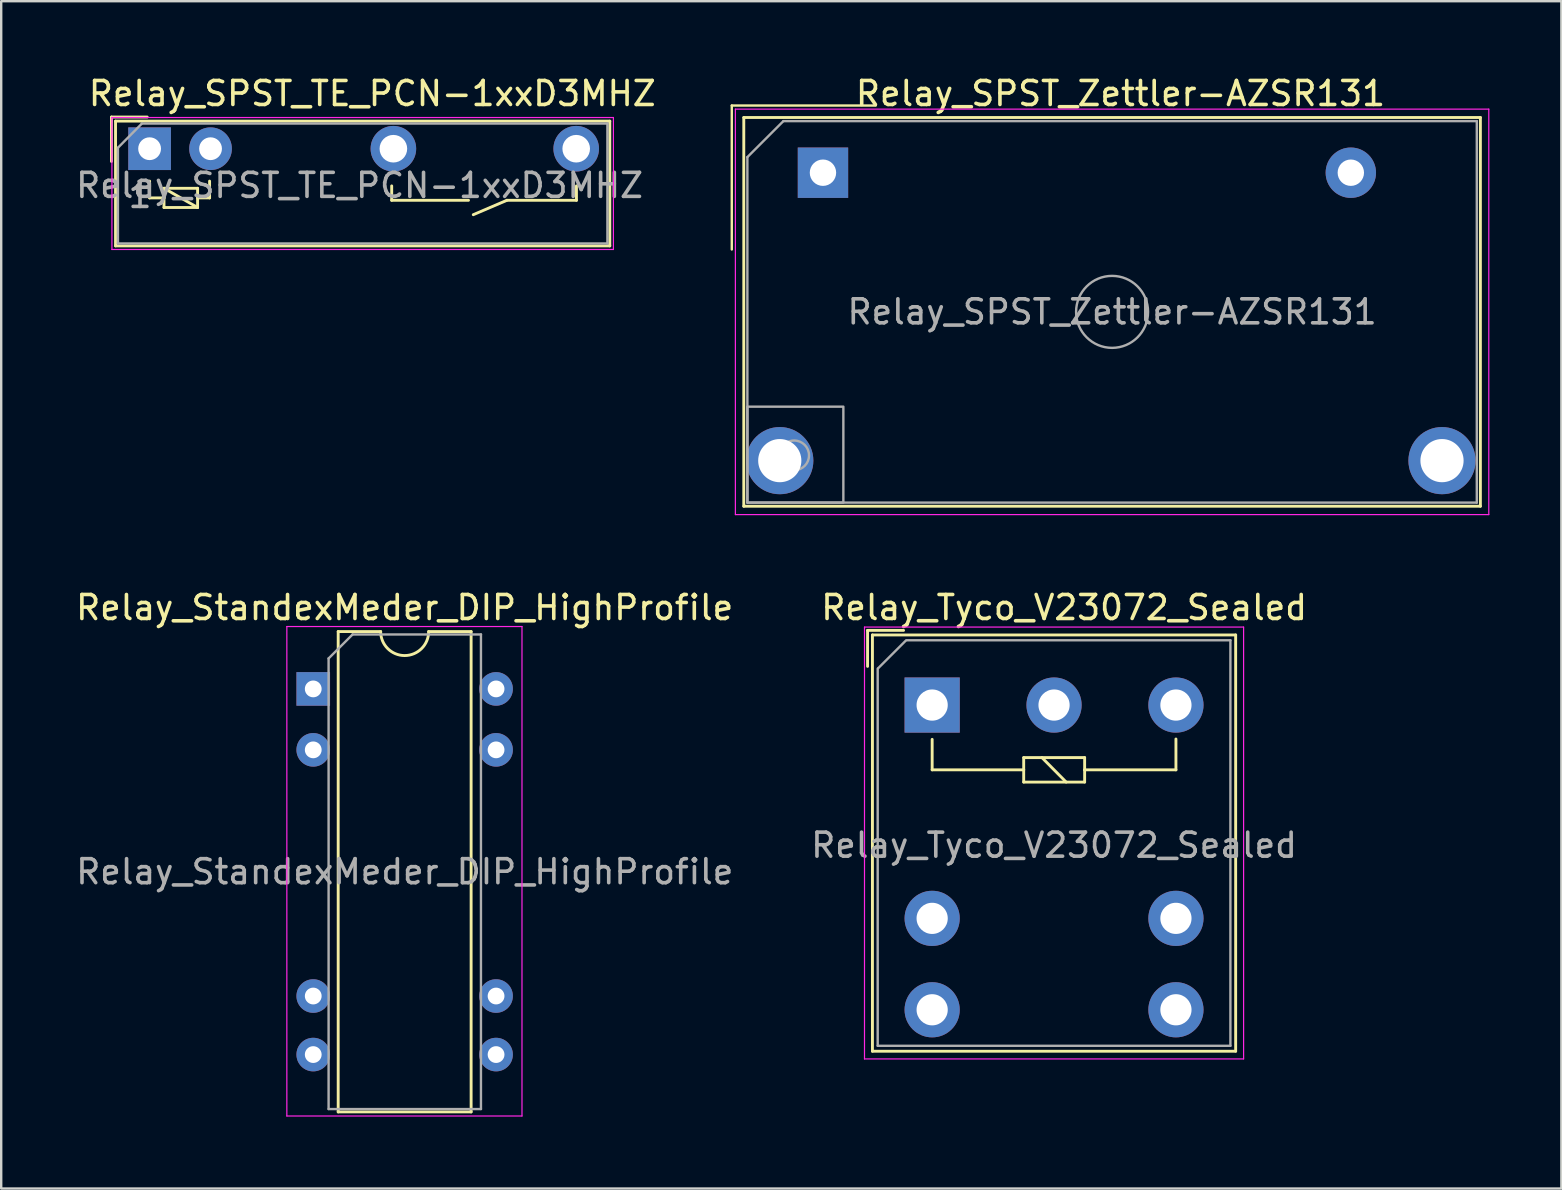
<source format=kicad_pcb>
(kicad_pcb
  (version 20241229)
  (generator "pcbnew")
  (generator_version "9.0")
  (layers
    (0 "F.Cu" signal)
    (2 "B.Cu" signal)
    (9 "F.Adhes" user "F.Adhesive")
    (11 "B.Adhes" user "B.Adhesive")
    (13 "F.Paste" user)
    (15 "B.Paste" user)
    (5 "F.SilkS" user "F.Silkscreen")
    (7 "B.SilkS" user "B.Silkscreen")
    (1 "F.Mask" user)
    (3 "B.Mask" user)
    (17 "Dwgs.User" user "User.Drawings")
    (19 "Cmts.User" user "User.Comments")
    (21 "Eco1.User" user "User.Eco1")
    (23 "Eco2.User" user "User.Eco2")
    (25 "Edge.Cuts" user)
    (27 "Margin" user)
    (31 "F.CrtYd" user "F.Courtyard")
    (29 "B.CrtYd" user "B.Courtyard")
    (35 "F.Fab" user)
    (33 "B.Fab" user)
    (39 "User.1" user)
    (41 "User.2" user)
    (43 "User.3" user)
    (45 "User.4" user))
  (footprint "Relay_StandexMeder_DIP_HighProfile"
    (layer "F.Cu")
    (at 10.005 25.662)
    (property "Reference" "Relay_StandexMeder_DIP_HighProfile" (at 3.81 -3.39 0) (layer "F.SilkS") (effects (font (size 1 1) (thickness 0.15))))
    (attr through_hole)
    (fp_line (start 1.04 -2.39) (end 1.04 17.63) (stroke (width 0.12) (type solid)) (layer "F.SilkS"))
    (fp_line (start 1.04 17.63) (end 6.58 17.63) (stroke (width 0.12) (type solid)) (layer "F.SilkS"))
    (fp_line (start 2.81 -2.39) (end 1.04 -2.39) (stroke (width 0.12) (type solid)) (layer "F.SilkS"))
    (fp_line (start 6.58 -2.39) (end 4.81 -2.39) (stroke (width 0.12) (type solid)) (layer "F.SilkS"))
    (fp_line (start 6.58 17.63) (end 6.58 -2.39) (stroke (width 0.12) (type solid)) (layer "F.SilkS"))
    (fp_arc (start 4.81 -2.39) (mid 3.81 -1.39) (end 2.81 -2.39) (stroke (width 0.12) (type solid)) (layer "F.SilkS"))
    (fp_line (start -1.1 -2.6) (end -1.1 17.8) (stroke (width 0.05) (type solid)) (layer "F.CrtYd"))
    (fp_line (start -1.1 17.8) (end 8.7 17.8) (stroke (width 0.05) (type solid)) (layer "F.CrtYd"))
    (fp_line (start 8.7 -2.6) (end -1.1 -2.6) (stroke (width 0.05) (type solid)) (layer "F.CrtYd"))
    (fp_line (start 8.7 17.8) (end 8.7 -2.6) (stroke (width 0.05) (type solid)) (layer "F.CrtYd"))
    (fp_line (start 0.64 -1.27) (end 1.64 -2.27) (stroke (width 0.1) (type solid)) (layer "F.Fab"))
    (fp_line (start 0.64 17.51) (end 0.64 -1.27) (stroke (width 0.1) (type solid)) (layer "F.Fab"))
    (fp_line (start 1.64 -2.27) (end 6.99 -2.27) (stroke (width 0.1) (type solid)) (layer "F.Fab"))
    (fp_line (start 6.99 -2.27) (end 6.99 17.51) (stroke (width 0.1) (type solid)) (layer "F.Fab"))
    (fp_line (start 6.99 17.51) (end 0.64 17.51) (stroke (width 0.1) (type solid)) (layer "F.Fab"))
    (fp_text user "${REFERENCE}" (at 3.815 7.62 0) (layer "F.Fab") (effects (font (size 1 1) (thickness 0.15))))
    (pad "1" thru_hole rect (at 0 0) (size 1.4 1.4) (drill 0.7) (layers "*.Cu" "*.Mask"))
    (pad "2" thru_hole circle (at 0 2.54) (size 1.4 1.4) (drill 0.7) (layers "*.Cu" "*.Mask"))
    (pad "6" thru_hole circle (at 0 12.8) (size 1.4 1.4) (drill 0.7) (layers "*.Cu" "*.Mask"))
    (pad "7" thru_hole circle (at 0 15.24) (size 1.4 1.4) (drill 0.7) (layers "*.Cu" "*.Mask"))
    (pad "8" thru_hole circle (at 7.62 15.24) (size 1.4 1.4) (drill 0.7) (layers "*.Cu" "*.Mask"))
    (pad "9" thru_hole circle (at 7.62 12.8) (size 1.4 1.4) (drill 0.7) (layers "*.Cu" "*.Mask"))
    (pad "13" thru_hole circle (at 7.62 2.54) (size 1.4 1.4) (drill 0.7) (layers "*.Cu" "*.Mask"))
    (pad "14" thru_hole circle (at 7.62 0) (size 1.4 1.4) (drill 0.7) (layers "*.Cu" "*.Mask")))
  (footprint "Relay_SPST_Zettler-AZSR131"
    (layer "F.Cu")
    (at 31.249 4.148)
    (property "Reference" "Relay_SPST_Zettler-AZSR131" (at 12.4 -3.3 180) (layer "F.SilkS") (effects (font (size 1 1) (thickness 0.15))))
    (attr through_hole)
    (fp_line (start -3.8 -2.8) (end -3.8 3.2) (stroke (width 0.1) (type default)) (layer "F.SilkS"))
    (fp_line (start -3.3 -2.3) (end 27.4 -2.3) (stroke (width 0.12) (type default)) (layer "F.SilkS"))
    (fp_line (start -3.3 13.9) (end -3.3 -2.3) (stroke (width 0.12) (type default)) (layer "F.SilkS"))
    (fp_line (start 2.2 -2.8) (end -3.8 -2.8) (stroke (width 0.1) (type default)) (layer "F.SilkS"))
    (fp_line (start 27.4 -2.3) (end 27.4 13.9) (stroke (width 0.12) (type default)) (layer "F.SilkS"))
    (fp_line (start 27.4 13.9) (end -3.3 13.9) (stroke (width 0.12) (type default)) (layer "F.SilkS"))
    (fp_line (start -3.65 14.25) (end -3.65 -2.65) (stroke (width 0.05) (type solid)) (layer "F.CrtYd"))
    (fp_line (start -3.65 14.25) (end 27.75 14.25) (stroke (width 0.05) (type solid)) (layer "F.CrtYd"))
    (fp_line (start 27.75 -2.65) (end -3.65 -2.65) (stroke (width 0.05) (type solid)) (layer "F.CrtYd"))
    (fp_line (start 27.75 14.25) (end 27.75 -2.65) (stroke (width 0.05) (type solid)) (layer "F.CrtYd"))
    (fp_line (start -3.15 13.75) (end -3.15 -0.65) (stroke (width 0.1) (type solid)) (layer "F.Fab"))
    (fp_line (start -3.15 13.75) (end 27.25 13.75) (stroke (width 0.1) (type solid)) (layer "F.Fab"))
    (fp_line (start -1.65 -2.15) (end -3.15 -0.65) (stroke (width 0.1) (type default)) (layer "F.Fab"))
    (fp_line (start 27.25 -2.15) (end -1.65 -2.15) (stroke (width 0.1) (type solid)) (layer "F.Fab"))
    (fp_line (start 27.25 13.75) (end 27.25 -2.15) (stroke (width 0.1) (type solid)) (layer "F.Fab"))
    (fp_rect (start -3.15 13.75) (end 0.85 9.75) (stroke (width 0.1) (type solid)) (fill no) (layer "F.Fab"))
    (fp_circle (center -1.2 11.781) (end -1.2 12.4) (stroke (width 0.1) (type solid)) (fill no) (layer "F.Fab"))
    (fp_circle (center 12.05 5.8) (end 12.05 7.3) (stroke (width 0.1) (type solid)) (fill no) (layer "F.Fab"))
    (fp_text user "${REFERENCE}" (at 12.05 5.8 180) (layer "F.Fab") (effects (font (size 1 1) (thickness 0.15))))
    (pad "13" thru_hole circle (at 25.8 12 180) (size 2.8 2.8) (drill 1.8) (layers "*.Cu" "*.Mask"))
    (pad "14" thru_hole circle (at -1.8 12 180) (size 2.8 2.8) (drill 1.8) (layers "*.Cu" "*.Mask"))
    (pad "A1" thru_hole rect (at 0 0 180) (size 2.1 2.1) (drill 1.1) (layers "*.Cu" "*.Mask"))
    (pad "A2" thru_hole circle (at 22 0 180) (size 2.1 2.1) (drill 1.1) (layers "*.Cu" "*.Mask")))
  (footprint "Relay_SPST_TE_PCN-1xxD3MHZ"
    (layer "F.Cu")
    (at 3.185 3.148)
    (property "Reference" "Relay_SPST_TE_PCN-1xxD3MHZ" (at 9.28 -2.3 180) (layer "F.SilkS") (effects (font (size 1 1) (thickness 0.15))))
    (attr through_hole)
    (fp_line (start -1.59 -1.32) (end -0.1 -1.32) (stroke (width 0.12) (type solid)) (layer "F.SilkS"))
    (fp_line (start -1.59 0.53) (end -1.59 -1.32) (stroke (width 0.12) (type solid)) (layer "F.SilkS"))
    (fp_line (start -1.42 -1.15) (end -1.42 4.05) (stroke (width 0.12) (type solid)) (layer "F.SilkS"))
    (fp_line (start -1.42 4.05) (end 19.18 4.05) (stroke (width 0.12) (type solid)) (layer "F.SilkS"))
    (fp_line (start 0 1.35) (end 0 2.05) (stroke (width 0.12) (type solid)) (layer "F.SilkS"))
    (fp_line (start 0 2.05) (end 0.6 2.05) (stroke (width 0.12) (type solid)) (layer "F.SilkS"))
    (fp_line (start 0.6 1.65) (end 2 1.65) (stroke (width 0.12) (type solid)) (layer "F.SilkS"))
    (fp_line (start 0.6 1.65) (end 2 2.45) (stroke (width 0.12) (type solid)) (layer "F.SilkS"))
    (fp_line (start 0.6 2.05) (end 0.6 1.65) (stroke (width 0.12) (type solid)) (layer "F.SilkS"))
    (fp_line (start 0.6 2.45) (end 0.6 2.05) (stroke (width 0.12) (type solid)) (layer "F.SilkS"))
    (fp_line (start 2 1.65) (end 2 2.45) (stroke (width 0.12) (type solid)) (layer "F.SilkS"))
    (fp_line (start 2 2.05) (end 2.5 2.05) (stroke (width 0.12) (type solid)) (layer "F.SilkS"))
    (fp_line (start 2 2.45) (end 0.6 2.45) (stroke (width 0.12) (type solid)) (layer "F.SilkS"))
    (fp_line (start 2.5 2.05) (end 2.5 1.35) (stroke (width 0.12) (type solid)) (layer "F.SilkS"))
    (fp_line (start 10.09 2.15) (end 10.09 1.55) (stroke (width 0.12) (type solid)) (layer "F.SilkS"))
    (fp_line (start 13.29 2.15) (end 10.09 2.15) (stroke (width 0.12) (type solid)) (layer "F.SilkS"))
    (fp_line (start 14.89 2.15) (end 13.49 2.75) (stroke (width 0.12) (type solid)) (layer "F.SilkS"))
    (fp_line (start 17.79 1.55) (end 17.79 2.15) (stroke (width 0.12) (type solid)) (layer "F.SilkS"))
    (fp_line (start 17.79 2.15) (end 14.89 2.15) (stroke (width 0.12) (type solid)) (layer "F.SilkS"))
    (fp_line (start 19.18 -1.15) (end -1.42 -1.15) (stroke (width 0.12) (type solid)) (layer "F.SilkS"))
    (fp_line (start 19.18 4.05) (end 19.18 -1.15) (stroke (width 0.12) (type solid)) (layer "F.SilkS"))
    (fp_line (start -1.57 -1.3) (end -1.57 4.2) (stroke (width 0.05) (type solid)) (layer "F.CrtYd"))
    (fp_line (start -1.57 4.2) (end 19.33 4.2) (stroke (width 0.05) (type solid)) (layer "F.CrtYd"))
    (fp_line (start 19.33 -1.3) (end -1.57 -1.3) (stroke (width 0.05) (type solid)) (layer "F.CrtYd"))
    (fp_line (start 19.33 4.2) (end 19.33 -1.3) (stroke (width 0.05) (type solid)) (layer "F.CrtYd"))
    (fp_line (start -1.32 3.95) (end -1.32 -0.04) (stroke (width 0.1) (type solid)) (layer "F.Fab"))
    (fp_line (start -0.32 -1.05) (end -1.32 -0.04) (stroke (width 0.1) (type solid)) (layer "F.Fab"))
    (fp_line (start -0.32 -1.05) (end 19.08 -1.05) (stroke (width 0.1) (type solid)) (layer "F.Fab"))
    (fp_line (start 19.08 -1.05) (end 19.08 3.95) (stroke (width 0.1) (type solid)) (layer "F.Fab"))
    (fp_line (start 19.08 3.95) (end -1.32 3.95) (stroke (width 0.1) (type solid)) (layer "F.Fab"))
    (fp_text user "1" (at -0.4 1.95 0) (layer "F.Fab") (effects (font (size 1 1) (thickness 0.15))))
    (fp_text user "${REFERENCE}" (at 8.75 1.53 0) (layer "F.Fab") (effects (font (size 1 1) (thickness 0.15))))
    (pad "1" thru_hole rect (at 0 0) (size 1.778 1.778) (drill 0.95) (layers "*.Cu" "*.Mask"))
    (pad "2" thru_hole circle (at 2.54 0) (size 1.778 1.778) (drill 0.95) (layers "*.Cu" "*.Mask"))
    (pad "3" thru_hole circle (at 10.16 0) (size 1.9 1.9) (drill 1.15) (layers "*.Cu" "*.Mask"))
    (pad "4" thru_hole circle (at 17.78 0) (size 1.9 1.9) (drill 1.15) (layers "*.Cu" "*.Mask")))
  (footprint "Relay_Tyco_V23072_Sealed"
    (layer "F.Cu")
    (at 35.8 26.335)
    (property "Reference" "Relay_Tyco_V23072_Sealed" (at 5.5 -4.064 180) (layer "F.SilkS") (effects (font (size 1 1) (thickness 0.15))))
    (attr through_hole)
    (fp_line (start -2.692 -3.112) (end -2.692 -1.612) (stroke (width 0.12) (type solid)) (layer "F.SilkS"))
    (fp_line (start -2.489 -2.921) (end -2.489 14.427) (stroke (width 0.12) (type solid)) (layer "F.SilkS"))
    (fp_line (start -2.489 -2.921) (end 12.649 -2.921) (stroke (width 0.12) (type solid)) (layer "F.SilkS"))
    (fp_line (start -2.489 14.427) (end 12.649 14.427) (stroke (width 0.12) (type solid)) (layer "F.SilkS"))
    (fp_line (start -1.192 -3.112) (end -2.692 -3.112) (stroke (width 0.12) (type solid)) (layer "F.SilkS"))
    (fp_line (start 0 1.43) (end 0 2.7) (stroke (width 0.12) (type solid)) (layer "F.SilkS"))
    (fp_line (start 0 2.7) (end 3.815 2.7) (stroke (width 0.12) (type solid)) (layer "F.SilkS"))
    (fp_line (start 3.815 2.19) (end 6.355 2.19) (stroke (width 0.12) (type solid)) (layer "F.SilkS"))
    (fp_line (start 3.815 2.7) (end 3.815 2.19) (stroke (width 0.12) (type solid)) (layer "F.SilkS"))
    (fp_line (start 3.815 3.21) (end 3.815 2.7) (stroke (width 0.12) (type solid)) (layer "F.SilkS"))
    (fp_line (start 4.575 2.19) (end 5.585 3.21) (stroke (width 0.12) (type solid)) (layer "F.SilkS"))
    (fp_line (start 6.355 2.19) (end 6.355 2.7) (stroke (width 0.12) (type solid)) (layer "F.SilkS"))
    (fp_line (start 6.355 2.7) (end 6.355 3.21) (stroke (width 0.12) (type solid)) (layer "F.SilkS"))
    (fp_line (start 6.355 2.7) (end 10.16 2.7) (stroke (width 0.12) (type solid)) (layer "F.SilkS"))
    (fp_line (start 6.355 3.21) (end 3.815 3.21) (stroke (width 0.12) (type solid)) (layer "F.SilkS"))
    (fp_line (start 10.16 2.7) (end 10.16 1.415) (stroke (width 0.12) (type solid)) (layer "F.SilkS"))
    (fp_line (start 12.649 -2.921) (end 12.649 14.427) (stroke (width 0.12) (type solid)) (layer "F.SilkS"))
    (fp_line (start -2.82 -3.25) (end 12.98 -3.25) (stroke (width 0.05) (type solid)) (layer "F.CrtYd"))
    (fp_line (start -2.82 14.75) (end -2.82 -3.25) (stroke (width 0.05) (type solid)) (layer "F.CrtYd"))
    (fp_line (start 12.98 -3.25) (end 12.98 14.75) (stroke (width 0.05) (type solid)) (layer "F.CrtYd"))
    (fp_line (start 12.98 14.75) (end -2.82 14.75) (stroke (width 0.05) (type solid)) (layer "F.CrtYd"))
    (fp_line (start -2.27 14.2) (end -2.27 -1.52) (stroke (width 0.1) (type solid)) (layer "F.Fab"))
    (fp_line (start -2.244 -1.541) (end -1.109 -2.676) (stroke (width 0.1) (type solid)) (layer "F.Fab"))
    (fp_line (start -1.08 -2.7) (end 12.43 -2.7) (stroke (width 0.1) (type solid)) (layer "F.Fab"))
    (fp_line (start 12.43 -2.7) (end 12.43 14.2) (stroke (width 0.1) (type solid)) (layer "F.Fab"))
    (fp_line (start 12.43 14.2) (end -2.27 14.2) (stroke (width 0.1) (type solid)) (layer "F.Fab"))
    (fp_text user "${REFERENCE}" (at 5.08 5.842 180) (layer "F.Fab") (effects (font (size 1 1) (thickness 0.15))))
    (pad "3" thru_hole circle (at 0 12.7 90) (size 2.3 2.3) (drill 1.3) (layers "*.Cu" "*.Mask"))
    (pad "4" thru_hole circle (at 5.08 0 90) (size 2.3 2.3) (drill 1.3) (layers "*.Cu" "*.Mask"))
    (pad "5" thru_hole circle (at 0 8.89 90) (size 2.3 2.3) (drill 1.3) (layers "*.Cu" "*.Mask"))
    (pad "6" thru_hole circle (at 10.16 12.7 90) (size 2.3 2.3) (drill 1.3) (layers "*.Cu" "*.Mask"))
    (pad "7" thru_hole circle (at 10.16 8.89 90) (size 2.3 2.3) (drill 1.3) (layers "*.Cu" "*.Mask"))
    (pad "A1" thru_hole rect (at 0 0 90) (size 2.3 2.3) (drill 1.3) (layers "*.Cu" "*.Mask"))
    (pad "A2" thru_hole circle (at 10.16 0 90) (size 2.3 2.3) (drill 1.3) (layers "*.Cu" "*.Mask")))
  (gr_rect
    (start -3 -3)
    (end 62.024 46.486)
    (stroke (width 0.1) (type default))
    (fill no)
    (layer "Edge.Cuts")))
</source>
